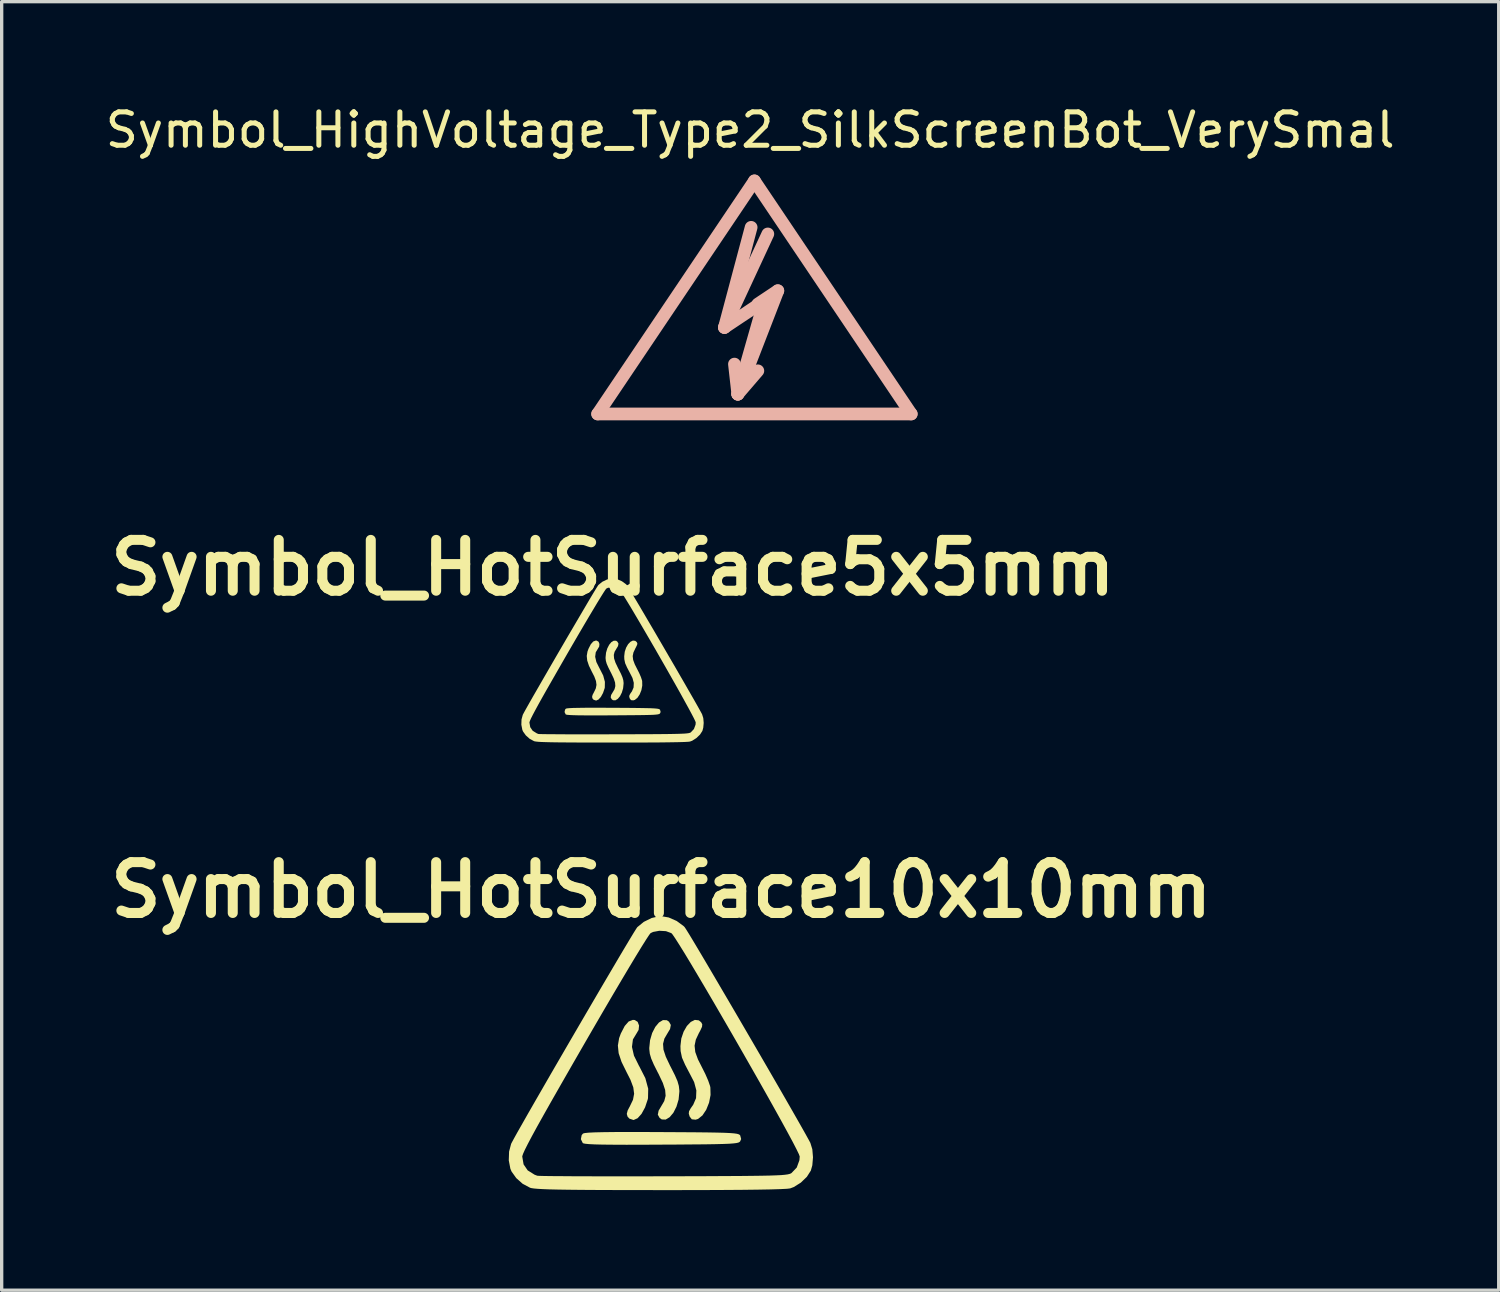
<source format=kicad_pcb>
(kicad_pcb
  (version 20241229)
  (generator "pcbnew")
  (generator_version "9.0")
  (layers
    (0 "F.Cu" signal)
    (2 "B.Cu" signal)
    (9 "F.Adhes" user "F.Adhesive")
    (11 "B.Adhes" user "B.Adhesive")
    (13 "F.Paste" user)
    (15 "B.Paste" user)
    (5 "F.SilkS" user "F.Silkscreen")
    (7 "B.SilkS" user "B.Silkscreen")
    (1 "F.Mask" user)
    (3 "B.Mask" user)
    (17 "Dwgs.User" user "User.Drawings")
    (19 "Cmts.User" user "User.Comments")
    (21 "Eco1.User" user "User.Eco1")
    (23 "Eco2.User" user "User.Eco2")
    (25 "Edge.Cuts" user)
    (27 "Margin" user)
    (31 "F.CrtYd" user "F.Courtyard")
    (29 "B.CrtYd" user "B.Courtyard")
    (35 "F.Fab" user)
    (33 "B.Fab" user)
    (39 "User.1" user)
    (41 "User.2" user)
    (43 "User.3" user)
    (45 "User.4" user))
  (footprint "Symbol_HotSurface10x10mm"
    (layer "F.Cu")
    (at 16.761 28.514)
    (property "Reference" "Symbol_HotSurface10x10mm" (at 0.01 -4.89 0) (layer "F.SilkS") (effects (font (size 1.524 1.524) (thickness 0.3))))
    (attr board_only exclude_from_pos_files exclude_from_bom)
    (fp_poly (pts (xy -0.793 -0.993) (xy -0.7 -0.938) (xy -0.657 -0.827) (xy -0.67 -0.697) (xy -0.724 -0.604) (xy -0.841 -0.411) (xy -0.87 -0.186) (xy -0.81 0.076) (xy -0.661 0.378) (xy -0.648 0.4) (xy -0.469 0.751) (xy -0.383 1.067) (xy -0.389 1.351) (xy -0.398 1.391) (xy -0.477 1.626) (xy -0.582 1.819) (xy -0.7 1.951) (xy -0.818 2.004) (xy -0.826 2.004) (xy -0.948 1.963) (xy -1.002 1.903) (xy -1.025 1.821) (xy -0.999 1.719) (xy -0.929 1.586) (xy -0.839 1.398) (xy -0.805 1.219) (xy -0.83 1.027) (xy -0.915 0.799) (xy -1.029 0.575) (xy -1.182 0.264) (xy -1.269 0.003) (xy -1.292 -0.227) (xy -1.255 -0.448) (xy -1.204 -0.587) (xy -1.087 -0.813) (xy -0.97 -0.947) (xy -0.844 -0.996)) (stroke (width 0) (type solid)) (fill yes) (layer "F.SilkS"))
    (fp_poly (pts (xy 0.176 -0.986) (xy 0.24 -0.942) (xy 0.295 -0.844) (xy 0.272 -0.722) (xy 0.195 -0.594) (xy 0.102 -0.435) (xy 0.062 -0.278) (xy 0.075 -0.103) (xy 0.145 0.109) (xy 0.273 0.379) (xy 0.295 0.42) (xy 0.416 0.66) (xy 0.494 0.839) (xy 0.535 0.983) (xy 0.55 1.117) (xy 0.551 1.156) (xy 0.528 1.391) (xy 0.464 1.605) (xy 0.372 1.787) (xy 0.26 1.92) (xy 0.141 1.992) (xy 0.024 1.988) (xy -0.04 1.944) (xy -0.095 1.846) (xy -0.071 1.724) (xy 0.005 1.596) (xy 0.098 1.437) (xy 0.139 1.28) (xy 0.125 1.105) (xy 0.055 0.893) (xy -0.073 0.623) (xy -0.095 0.582) (xy -0.216 0.342) (xy -0.293 0.163) (xy -0.335 0.019) (xy -0.35 -0.115) (xy -0.351 -0.154) (xy -0.327 -0.389) (xy -0.264 -0.603) (xy -0.171 -0.785) (xy -0.06 -0.918) (xy 0.059 -0.99)) (stroke (width 0) (type solid)) (fill yes) (layer "F.SilkS"))
    (fp_poly (pts (xy 1.134 -0.982) (xy 1.204 -0.925) (xy 1.237 -0.864) (xy 1.23 -0.789) (xy 1.175 -0.67) (xy 1.137 -0.602) (xy 1.044 -0.404) (xy 1.007 -0.222) (xy 1.028 -0.032) (xy 1.109 0.19) (xy 1.225 0.419) (xy 1.329 0.626) (xy 1.416 0.826) (xy 1.471 0.987) (xy 1.48 1.03) (xy 1.486 1.255) (xy 1.441 1.485) (xy 1.356 1.697) (xy 1.243 1.867) (xy 1.111 1.973) (xy 1.038 1.995) (xy 0.924 1.984) (xy 0.861 1.904) (xy 0.857 1.895) (xy 0.833 1.813) (xy 0.841 1.743) (xy 0.892 1.652) (xy 0.967 1.545) (xy 1.051 1.35) (xy 1.06 1.118) (xy 0.996 0.877) (xy 0.972 0.826) (xy 0.889 0.666) (xy 0.787 0.471) (xy 0.724 0.351) (xy 0.63 0.137) (xy 0.588 -0.062) (xy 0.583 -0.212) (xy 0.609 -0.438) (xy 0.678 -0.642) (xy 0.776 -0.813) (xy 0.893 -0.935) (xy 1.016 -0.996)) (stroke (width 0) (type solid)) (fill yes) (layer "F.SilkS"))
    (fp_poly (pts (xy -0.402 2.365) (xy 0.025 2.367) (xy 0.566 2.37) (xy 1.016 2.373) (xy 1.383 2.377) (xy 1.675 2.382) (xy 1.902 2.388) (xy 2.073 2.396) (xy 2.195 2.406) (xy 2.278 2.418) (xy 2.33 2.433) (xy 2.36 2.451) (xy 2.374 2.467) (xy 2.403 2.575) (xy 2.374 2.643) (xy 2.355 2.663) (xy 2.321 2.681) (xy 2.263 2.695) (xy 2.173 2.706) (xy 2.042 2.716) (xy 1.861 2.723) (xy 1.621 2.729) (xy 1.315 2.734) (xy 0.932 2.737) (xy 0.465 2.741) (xy 0.018 2.743) (xy -0.557 2.746) (xy -1.038 2.747) (xy -1.433 2.745) (xy -1.747 2.742) (xy -1.987 2.736) (xy -2.161 2.727) (xy -2.274 2.716) (xy -2.334 2.702) (xy -2.344 2.696) (xy -2.401 2.58) (xy -2.377 2.458) (xy -2.336 2.41) (xy -2.285 2.396) (xy -2.168 2.384) (xy -1.978 2.375) (xy -1.712 2.369) (xy -1.364 2.365) (xy -0.929 2.364)) (stroke (width 0) (type solid)) (fill yes) (layer "F.SilkS"))
    (fp_poly (pts (xy 0.23 -4.066) (xy 0.47 -3.961) (xy 0.675 -3.81) (xy 0.709 -3.776) (xy 0.749 -3.716) (xy 0.835 -3.578) (xy 0.961 -3.37) (xy 1.122 -3.1) (xy 1.313 -2.778) (xy 1.53 -2.41) (xy 1.767 -2.006) (xy 2.02 -1.575) (xy 2.284 -1.124) (xy 2.553 -0.662) (xy 2.824 -0.197) (xy 3.09 0.261) (xy 3.347 0.705) (xy 3.591 1.127) (xy 3.815 1.517) (xy 4.016 1.868) (xy 4.188 2.17) (xy 4.327 2.416) (xy 4.427 2.597) (xy 4.477 2.69) (xy 4.536 2.883) (xy 4.556 3.122) (xy 4.536 3.362) (xy 4.491 3.522) (xy 4.372 3.708) (xy 4.191 3.882) (xy 3.982 4.013) (xy 3.871 4.055) (xy 3.778 4.066) (xy 3.585 4.076) (xy 3.293 4.085) (xy 2.905 4.092) (xy 2.42 4.098) (xy 1.841 4.102) (xy 1.166 4.105) (xy 0.399 4.106) (xy -0.025 4.106) (xy -0.748 4.105) (xy -1.378 4.104) (xy -1.92 4.102) (xy -2.381 4.099) (xy -2.768 4.095) (xy -3.087 4.09) (xy -3.345 4.084) (xy -3.547 4.076) (xy -3.701 4.067) (xy -3.813 4.057) (xy -3.889 4.045) (xy -3.926 4.034) (xy -4.143 3.919) (xy -4.337 3.747) (xy -4.478 3.55) (xy -4.514 3.466) (xy -4.562 3.214) (xy -4.558 3.102) (xy -4.158 3.102) (xy -4.118 3.335) (xy -3.996 3.514) (xy -3.787 3.645) (xy -3.707 3.675) (xy -3.646 3.679) (xy -3.493 3.683) (xy -3.255 3.686) (xy -2.941 3.688) (xy -2.56 3.691) (xy -2.117 3.692) (xy -1.623 3.693) (xy -1.085 3.693) (xy -0.511 3.693) (xy 0.075 3.691) (xy 0.776 3.69) (xy 1.383 3.688) (xy 1.904 3.685) (xy 2.346 3.683) (xy 2.715 3.679) (xy 3.018 3.675) (xy 3.263 3.67) (xy 3.457 3.663) (xy 3.605 3.656) (xy 3.715 3.646) (xy 3.795 3.635) (xy 3.851 3.622) (xy 3.889 3.608) (xy 3.912 3.594) (xy 4.069 3.43) (xy 4.149 3.21) (xy 4.158 3.098) (xy 4.133 3.029) (xy 4.062 2.882) (xy 3.95 2.665) (xy 3.801 2.388) (xy 3.62 2.057) (xy 3.412 1.682) (xy 3.182 1.271) (xy 2.934 0.832) (xy 2.673 0.374) (xy 2.405 -0.095) (xy 2.134 -0.567) (xy 1.864 -1.033) (xy 1.601 -1.486) (xy 1.349 -1.916) (xy 1.113 -2.315) (xy 0.899 -2.675) (xy 0.71 -2.988) (xy 0.551 -3.244) (xy 0.428 -3.437) (xy 0.345 -3.558) (xy 0.311 -3.596) (xy 0.15 -3.655) (xy -0.049 -3.667) (xy -0.236 -3.632) (xy -0.312 -3.596) (xy -0.356 -3.54) (xy -0.445 -3.404) (xy -0.577 -3.194) (xy -0.747 -2.916) (xy -0.951 -2.577) (xy -1.186 -2.182) (xy -1.448 -1.739) (xy -1.732 -1.254) (xy -2.035 -0.733) (xy -2.292 -0.289) (xy -2.67 0.367) (xy -2.999 0.941) (xy -3.282 1.437) (xy -3.521 1.86) (xy -3.718 2.213) (xy -3.875 2.501) (xy -3.995 2.729) (xy -4.081 2.9) (xy -4.134 3.019) (xy -4.157 3.089) (xy -4.158 3.102) (xy -4.558 3.102) (xy -4.553 2.951) (xy -4.492 2.721) (xy -4.479 2.694) (xy -4.413 2.571) (xy -4.305 2.376) (xy -4.159 2.119) (xy -3.981 1.806) (xy -3.775 1.447) (xy -3.546 1.05) (xy -3.3 0.623) (xy -3.04 0.175) (xy -2.773 -0.285) (xy -2.502 -0.75) (xy -2.233 -1.211) (xy -1.971 -1.659) (xy -1.721 -2.086) (xy -1.487 -2.483) (xy -1.275 -2.843) (xy -1.089 -3.156) (xy -0.934 -3.415) (xy -0.816 -3.61) (xy -0.738 -3.734) (xy -0.709 -3.776) (xy -0.515 -3.934) (xy -0.279 -4.05) (xy -0.044 -4.104) (xy 0 -4.106)) (stroke (width 0) (type solid)) (fill yes) (layer "F.SilkS")))
  (footprint "Symbol_HotSurface5x5mm"
    (layer "F.Cu")
    (at 15.31 16.746)
    (property "Reference" "Symbol_HotSurface5x5mm" (at 0.01 -2.78 0) (layer "F.SilkS") (effects (font (size 1.524 1.524) (thickness 0.3))))
    (attr board_only exclude_from_pos_files exclude_from_bom)
    (fp_poly (pts (xy -0.475 -0.595) (xy -0.42 -0.562) (xy -0.394 -0.496) (xy -0.401 -0.418) (xy -0.434 -0.362) (xy -0.504 -0.246) (xy -0.522 -0.111) (xy -0.486 0.045) (xy -0.396 0.226) (xy -0.388 0.24) (xy -0.281 0.45) (xy -0.23 0.639) (xy -0.233 0.809) (xy -0.238 0.833) (xy -0.286 0.974) (xy -0.349 1.09) (xy -0.42 1.169) (xy -0.49 1.201) (xy -0.495 1.201) (xy -0.568 1.177) (xy -0.601 1.141) (xy -0.614 1.091) (xy -0.599 1.03) (xy -0.557 0.95) (xy -0.503 0.838) (xy -0.482 0.731) (xy -0.497 0.616) (xy -0.548 0.479) (xy -0.617 0.345) (xy -0.708 0.158) (xy -0.76 0.002) (xy -0.774 -0.136) (xy -0.752 -0.268) (xy -0.721 -0.352) (xy -0.652 -0.487) (xy -0.581 -0.568) (xy -0.506 -0.597)) (stroke (width 0) (type solid)) (fill yes) (layer "F.SilkS"))
    (fp_poly (pts (xy 0.106 -0.591) (xy 0.144 -0.564) (xy 0.177 -0.506) (xy 0.163 -0.432) (xy 0.117 -0.356) (xy 0.061 -0.261) (xy 0.037 -0.167) (xy 0.045 -0.062) (xy 0.087 0.065) (xy 0.164 0.227) (xy 0.177 0.252) (xy 0.25 0.395) (xy 0.296 0.503) (xy 0.321 0.589) (xy 0.33 0.669) (xy 0.33 0.693) (xy 0.316 0.833) (xy 0.278 0.962) (xy 0.223 1.071) (xy 0.156 1.151) (xy 0.084 1.194) (xy 0.014 1.191) (xy -0.024 1.165) (xy -0.057 1.106) (xy -0.043 1.033) (xy 0.003 0.956) (xy 0.059 0.861) (xy 0.083 0.767) (xy 0.075 0.662) (xy 0.033 0.535) (xy -0.044 0.373) (xy -0.057 0.349) (xy -0.129 0.205) (xy -0.176 0.098) (xy -0.201 0.011) (xy -0.21 -0.069) (xy -0.21 -0.092) (xy -0.196 -0.233) (xy -0.158 -0.362) (xy -0.103 -0.47) (xy -0.036 -0.55) (xy 0.036 -0.593)) (stroke (width 0) (type solid)) (fill yes) (layer "F.SilkS"))
    (fp_poly (pts (xy 0.679 -0.589) (xy 0.722 -0.554) (xy 0.742 -0.518) (xy 0.737 -0.473) (xy 0.704 -0.402) (xy 0.682 -0.361) (xy 0.626 -0.242) (xy 0.603 -0.133) (xy 0.616 -0.019) (xy 0.665 0.114) (xy 0.734 0.251) (xy 0.797 0.375) (xy 0.849 0.495) (xy 0.881 0.591) (xy 0.887 0.617) (xy 0.89 0.752) (xy 0.864 0.89) (xy 0.813 1.017) (xy 0.745 1.119) (xy 0.666 1.182) (xy 0.622 1.195) (xy 0.554 1.189) (xy 0.516 1.141) (xy 0.514 1.135) (xy 0.499 1.087) (xy 0.504 1.045) (xy 0.534 0.99) (xy 0.58 0.926) (xy 0.63 0.809) (xy 0.636 0.67) (xy 0.597 0.526) (xy 0.582 0.495) (xy 0.533 0.399) (xy 0.472 0.282) (xy 0.434 0.21) (xy 0.377 0.082) (xy 0.352 -0.037) (xy 0.349 -0.127) (xy 0.365 -0.262) (xy 0.406 -0.385) (xy 0.465 -0.487) (xy 0.535 -0.56) (xy 0.609 -0.597)) (stroke (width 0) (type solid)) (fill yes) (layer "F.SilkS"))
    (fp_poly (pts (xy -0.241 1.417) (xy 0.015 1.418) (xy 0.339 1.42) (xy 0.609 1.422) (xy 0.829 1.425) (xy 1.004 1.428) (xy 1.14 1.431) (xy 1.242 1.436) (xy 1.315 1.442) (xy 1.365 1.449) (xy 1.396 1.458) (xy 1.414 1.469) (xy 1.423 1.479) (xy 1.44 1.543) (xy 1.423 1.584) (xy 1.411 1.596) (xy 1.391 1.606) (xy 1.356 1.615) (xy 1.302 1.622) (xy 1.224 1.628) (xy 1.115 1.632) (xy 0.972 1.635) (xy 0.788 1.638) (xy 0.559 1.64) (xy 0.279 1.642) (xy 0.011 1.644) (xy -0.334 1.646) (xy -0.622 1.646) (xy -0.859 1.645) (xy -1.047 1.643) (xy -1.191 1.639) (xy -1.295 1.634) (xy -1.363 1.628) (xy -1.399 1.619) (xy -1.405 1.616) (xy -1.439 1.546) (xy -1.424 1.473) (xy -1.4 1.445) (xy -1.37 1.436) (xy -1.299 1.429) (xy -1.185 1.423) (xy -1.026 1.42) (xy -0.817 1.417) (xy -0.557 1.417)) (stroke (width 0) (type solid)) (fill yes) (layer "F.SilkS"))
    (fp_poly (pts (xy 0.138 -2.437) (xy 0.281 -2.374) (xy 0.405 -2.284) (xy 0.425 -2.263) (xy 0.449 -2.227) (xy 0.5 -2.144) (xy 0.576 -2.02) (xy 0.672 -1.858) (xy 0.787 -1.665) (xy 0.917 -1.444) (xy 1.059 -1.202) (xy 1.211 -0.944) (xy 1.369 -0.673) (xy 1.53 -0.397) (xy 1.692 -0.118) (xy 1.852 0.156) (xy 2.006 0.423) (xy 2.152 0.675) (xy 2.286 0.909) (xy 2.407 1.119) (xy 2.51 1.3) (xy 2.593 1.448) (xy 2.653 1.556) (xy 2.683 1.612) (xy 2.719 1.728) (xy 2.731 1.871) (xy 2.718 2.015) (xy 2.692 2.111) (xy 2.62 2.222) (xy 2.511 2.326) (xy 2.387 2.405) (xy 2.32 2.43) (xy 2.264 2.437) (xy 2.148 2.443) (xy 1.974 2.448) (xy 1.741 2.452) (xy 1.45 2.456) (xy 1.103 2.458) (xy 0.699 2.46) (xy 0.239 2.46) (xy -0.015 2.46) (xy -0.448 2.46) (xy -0.826 2.459) (xy -1.151 2.458) (xy -1.427 2.456) (xy -1.659 2.454) (xy -1.85 2.451) (xy -2.005 2.447) (xy -2.126 2.443) (xy -2.218 2.438) (xy -2.285 2.431) (xy -2.331 2.424) (xy -2.353 2.418) (xy -2.483 2.349) (xy -2.599 2.246) (xy -2.684 2.128) (xy -2.705 2.077) (xy -2.734 1.926) (xy -2.732 1.859) (xy -2.492 1.859) (xy -2.468 1.999) (xy -2.395 2.106) (xy -2.27 2.184) (xy -2.222 2.203) (xy -2.185 2.205) (xy -2.093 2.207) (xy -1.951 2.209) (xy -1.763 2.21) (xy -1.534 2.212) (xy -1.269 2.213) (xy -0.973 2.213) (xy -0.65 2.213) (xy -0.306 2.213) (xy 0.045 2.212) (xy 0.465 2.211) (xy 0.829 2.21) (xy 1.141 2.209) (xy 1.406 2.207) (xy 1.627 2.205) (xy 1.809 2.202) (xy 1.956 2.199) (xy 2.071 2.195) (xy 2.16 2.191) (xy 2.227 2.185) (xy 2.274 2.179) (xy 2.308 2.171) (xy 2.331 2.162) (xy 2.345 2.154) (xy 2.438 2.055) (xy 2.487 1.924) (xy 2.492 1.857) (xy 2.477 1.815) (xy 2.435 1.727) (xy 2.367 1.597) (xy 2.278 1.431) (xy 2.169 1.233) (xy 2.045 1.008) (xy 1.907 0.762) (xy 1.758 0.499) (xy 1.602 0.224) (xy 1.441 -0.057) (xy 1.279 -0.34) (xy 1.117 -0.619) (xy 0.959 -0.89) (xy 0.808 -1.148) (xy 0.667 -1.387) (xy 0.539 -1.603) (xy 0.425 -1.79) (xy 0.33 -1.944) (xy 0.256 -2.06) (xy 0.207 -2.132) (xy 0.187 -2.155) (xy 0.09 -2.19) (xy -0.029 -2.197) (xy -0.142 -2.177) (xy -0.187 -2.155) (xy -0.213 -2.122) (xy -0.267 -2.04) (xy -0.346 -1.914) (xy -0.448 -1.748) (xy -0.57 -1.544) (xy -0.711 -1.308) (xy -0.868 -1.042) (xy -1.038 -0.752) (xy -1.22 -0.439) (xy -1.374 -0.173) (xy -1.6 0.22) (xy -1.797 0.564) (xy -1.967 0.861) (xy -2.11 1.114) (xy -2.228 1.326) (xy -2.322 1.499) (xy -2.394 1.635) (xy -2.446 1.738) (xy -2.477 1.809) (xy -2.491 1.851) (xy -2.492 1.859) (xy -2.732 1.859) (xy -2.729 1.768) (xy -2.692 1.631) (xy -2.684 1.614) (xy -2.645 1.541) (xy -2.58 1.424) (xy -2.493 1.27) (xy -2.386 1.082) (xy -2.262 0.867) (xy -2.125 0.629) (xy -1.977 0.373) (xy -1.822 0.105) (xy -1.662 -0.171) (xy -1.5 -0.449) (xy -1.339 -0.726) (xy -1.181 -0.994) (xy -1.031 -1.25) (xy -0.891 -1.488) (xy -0.764 -1.704) (xy -0.653 -1.892) (xy -0.56 -2.047) (xy -0.489 -2.164) (xy -0.442 -2.238) (xy -0.425 -2.263) (xy -0.309 -2.358) (xy -0.167 -2.427) (xy -0.026 -2.46) (xy 0 -2.461)) (stroke (width 0) (type solid)) (fill yes) (layer "F.SilkS")))
  (footprint "Symbol_HighVoltage_Type2_SilkScreenBot_VerySmal"
    (layer "F.Cu")
    (at 19.562 6.563)
    (property "Reference" "Symbol_HighVoltage_Type2_SilkScreenBot_VerySmal" (at -0.127 -5.715 0) (layer "F.SilkS") (effects (font (size 1 1) (thickness 0.15))))
    (attr exclude_from_pos_files exclude_from_bom)
    (fp_line (start -4.699 2.794) (end 0 -4.191) (stroke (width 0.381) (type solid)) (layer "B.SilkS"))
    (fp_line (start -0.899 0.201) (end 0.3 -0.599) (stroke (width 0.381) (type solid)) (layer "B.SilkS"))
    (fp_line (start -0.899 0.201) (end 0.401 -2.601) (stroke (width 0.381) (type solid)) (layer "B.SilkS"))
    (fp_line (start -0.498 2.2) (end -0.599 1.3) (stroke (width 0.381) (type solid)) (layer "B.SilkS"))
    (fp_line (start -0.498 2.2) (end 0.102 1.501) (stroke (width 0.381) (type solid)) (layer "B.SilkS"))
    (fp_line (start -0.498 2.2) (end 0.701 -0.899) (stroke (width 0.381) (type solid)) (layer "B.SilkS"))
    (fp_line (start -0.099 -2.799) (end -0.899 0.201) (stroke (width 0.381) (type solid)) (layer "B.SilkS"))
    (fp_line (start 0 -4.191) (end 4.699 2.794) (stroke (width 0.381) (type solid)) (layer "B.SilkS"))
    (fp_line (start 0.3 -0.599) (end -0.498 2.2) (stroke (width 0.381) (type solid)) (layer "B.SilkS"))
    (fp_line (start 0.701 -0.899) (end 0.102 -0.5) (stroke (width 0.381) (type solid)) (layer "B.SilkS"))
    (fp_line (start 4.699 2.794) (end -4.699 2.794) (stroke (width 0.381) (type solid)) (layer "B.SilkS")))
  (gr_rect
    (start -3 -3)
    (end 41.869 35.62)
    (stroke (width 0.1) (type default))
    (fill no)
    (layer "Edge.Cuts")))
</source>
